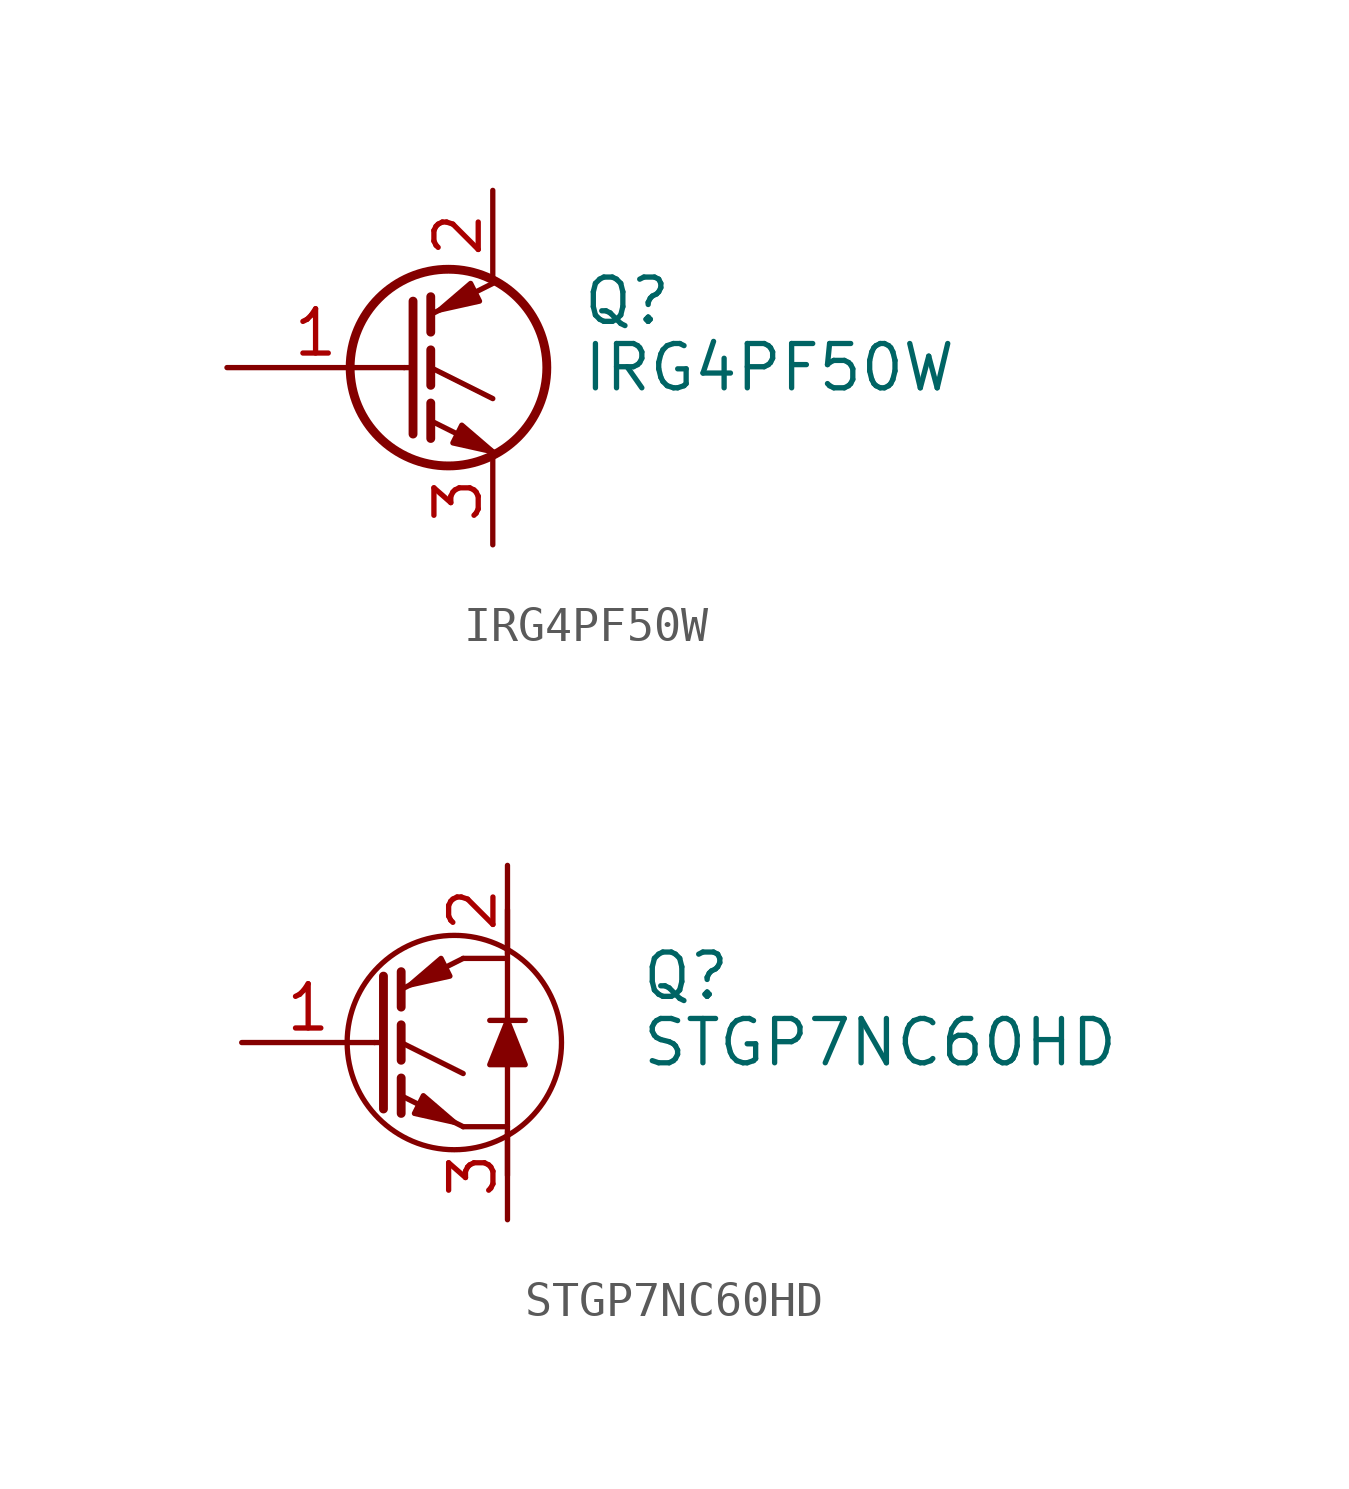
<source format=kicad_sym>
(kicad_symbol_lib
  (version 20241209)
  (generator "kicad_symbol_editor")
  (generator_version "9.0")
  (symbol "IRG4PF50W"
    (pin_names
      (offset 0)
      (hide yes))
    (property "Reference" "Q"
      (at 5.08 1.905 0)
      (effects (font (size 1.27 1.27)) (justify left)))
    (property "Value" "IRG4PF50W"
      (at 5.08 0 0)
      (effects (font (size 1.27 1.27)) (justify left)))
    (symbol "IRG4PF50W_0_1"
      (polyline (pts (xy 0 0) (xy 0.254 0)) (stroke (width 0) (type default)) (fill (type none)))
      (polyline (pts (xy 0.254 1.905) (xy 0.254 -1.905) (xy 0.254 -1.905)) (stroke (width 0.254) (type default)) (fill (type none)))
      (polyline (pts (xy 0.762 2.032) (xy 0.762 1.016)) (stroke (width 0.254) (type default)) (fill (type none)))
      (polyline (pts (xy 0.762 0.508) (xy 0.762 -0.508)) (stroke (width 0.254) (type default)) (fill (type none)))
      (polyline (pts (xy 0.762 -1.016) (xy 0.762 -2.032)) (stroke (width 0.254) (type default)) (fill (type none)))
      (circle (center 1.27 0) (radius 2.819) (stroke (width 0.254) (type default)) (fill (type none)))
      (polyline (pts (xy 1.397 -2.159) (xy 1.651 -1.651) (xy 2.54 -2.413) (xy 1.397 -2.159)) (stroke (width 0) (type default)) (fill (type outline)))
      (polyline (pts (xy 2.159 1.905) (xy 1.905 2.413) (xy 1.016 1.651) (xy 2.159 1.905)) (stroke (width 0) (type default)) (fill (type outline)))
      (polyline (pts (xy 2.54 2.413) (xy 0.762 1.524)) (stroke (width 0) (type default)) (fill (type none)))
      (polyline (pts (xy 2.54 -0.889) (xy 0.762 0)) (stroke (width 0) (type default)) (fill (type none)))
      (polyline (pts (xy 2.54 -2.413) (xy 0.762 -1.524)) (stroke (width 0) (type default)) (fill (type none))))
    (symbol "IRG4PF50W_1_1"
      (pin input line (at -5.08 0 0) (length 5.08) (name "G" (effects (font (size 1.27 1.27)))) (number "1" (effects (font (size 1.27 1.27)))))
      (pin passive line (at 2.54 5.08 270) (length 2.54) (name "C" (effects (font (size 1.27 1.27)))) (number "2" (effects (font (size 1.27 1.27)))))
      (pin passive line (at 2.54 -5.08 90) (length 2.54) (name "E" (effects (font (size 1.27 1.27)))) (number "3" (effects (font (size 1.27 1.27)))))))
  (symbol "STGP7NC60HD"
    (pin_names
      (offset 0)
      (hide yes))
    (property "Reference" "Q"
      (at 6.35 1.905 0)
      (effects (font (size 1.27 1.27)) (justify left)))
    (property "Value" "STGP7NC60HD"
      (at 6.35 0 0)
      (effects (font (size 1.27 1.27)) (justify left)))
    (symbol "STGP7NC60HD_0_1"
      (polyline (pts (xy -1.27 0) (xy -1.016 0)) (stroke (width 0) (type default)) (fill (type none)))
      (circle (center 1.016 0) (radius 3.073) (stroke (width 0) (type default)) (fill (type none)))
      (polyline (pts (xy 1.27 2.413) (xy 2.54 2.413)) (stroke (width 0) (type default)) (fill (type none)))
      (polyline (pts (xy 1.27 -2.413) (xy 2.54 -2.413)) (stroke (width 0) (type default)) (fill (type none)))
      (polyline (pts (xy 2.032 0.635) (xy 3.048 0.635)) (stroke (width 0) (type default)) (fill (type none)))
      (polyline (pts (xy 2.54 3.81) (xy 2.54 -3.81)) (stroke (width 0) (type default)) (fill (type none)))
      (polyline (pts (xy 2.54 0.635) (xy 2.032 -0.635) (xy 3.048 -0.635) (xy 2.54 0.635)) (stroke (width 0) (type default)) (fill (type outline))))
    (symbol "STGP7NC60HD_1_1"
      (polyline (pts (xy -1.016 1.905) (xy -1.016 -1.905) (xy -1.016 -1.905)) (stroke (width 0.254) (type default)) (fill (type none)))
      (polyline (pts (xy -0.508 2.032) (xy -0.508 1.016)) (stroke (width 0.254) (type default)) (fill (type none)))
      (polyline (pts (xy -0.508 0.508) (xy -0.508 -0.508)) (stroke (width 0.254) (type default)) (fill (type none)))
      (polyline (pts (xy -0.508 -1.016) (xy -0.508 -2.032)) (stroke (width 0.254) (type default)) (fill (type none)))
      (polyline (pts (xy -0.127 -2.032) (xy 0.127 -1.524) (xy 1.016 -2.286) (xy -0.127 -2.032)) (stroke (width 0) (type default)) (fill (type outline)))
      (polyline (pts (xy 0.889 1.905) (xy 0.635 2.413) (xy -0.254 1.651) (xy 0.889 1.905)) (stroke (width 0) (type default)) (fill (type outline)))
      (polyline (pts (xy 1.27 2.413) (xy -0.508 1.524)) (stroke (width 0) (type default)) (fill (type none)))
      (polyline (pts (xy 1.27 -0.889) (xy -0.508 0)) (stroke (width 0) (type default)) (fill (type none)))
      (polyline (pts (xy 1.27 -2.413) (xy -0.508 -1.524)) (stroke (width 0) (type default)) (fill (type none)))
      (pin input line (at -5.08 0 0) (length 3.81) (name "G" (effects (font (size 1.27 1.27)))) (number "1" (effects (font (size 1.27 1.27)))))
      (pin passive line (at 2.54 5.08 270) (length 2.54) (name "C" (effects (font (size 1.27 1.27)))) (number "2" (effects (font (size 1.27 1.27)))))
      (pin passive line (at 2.54 -5.08 90) (length 2.54) (name "E" (effects (font (size 1.27 1.27)))) (number "3" (effects (font (size 1.27 1.27))))))))
</source>
